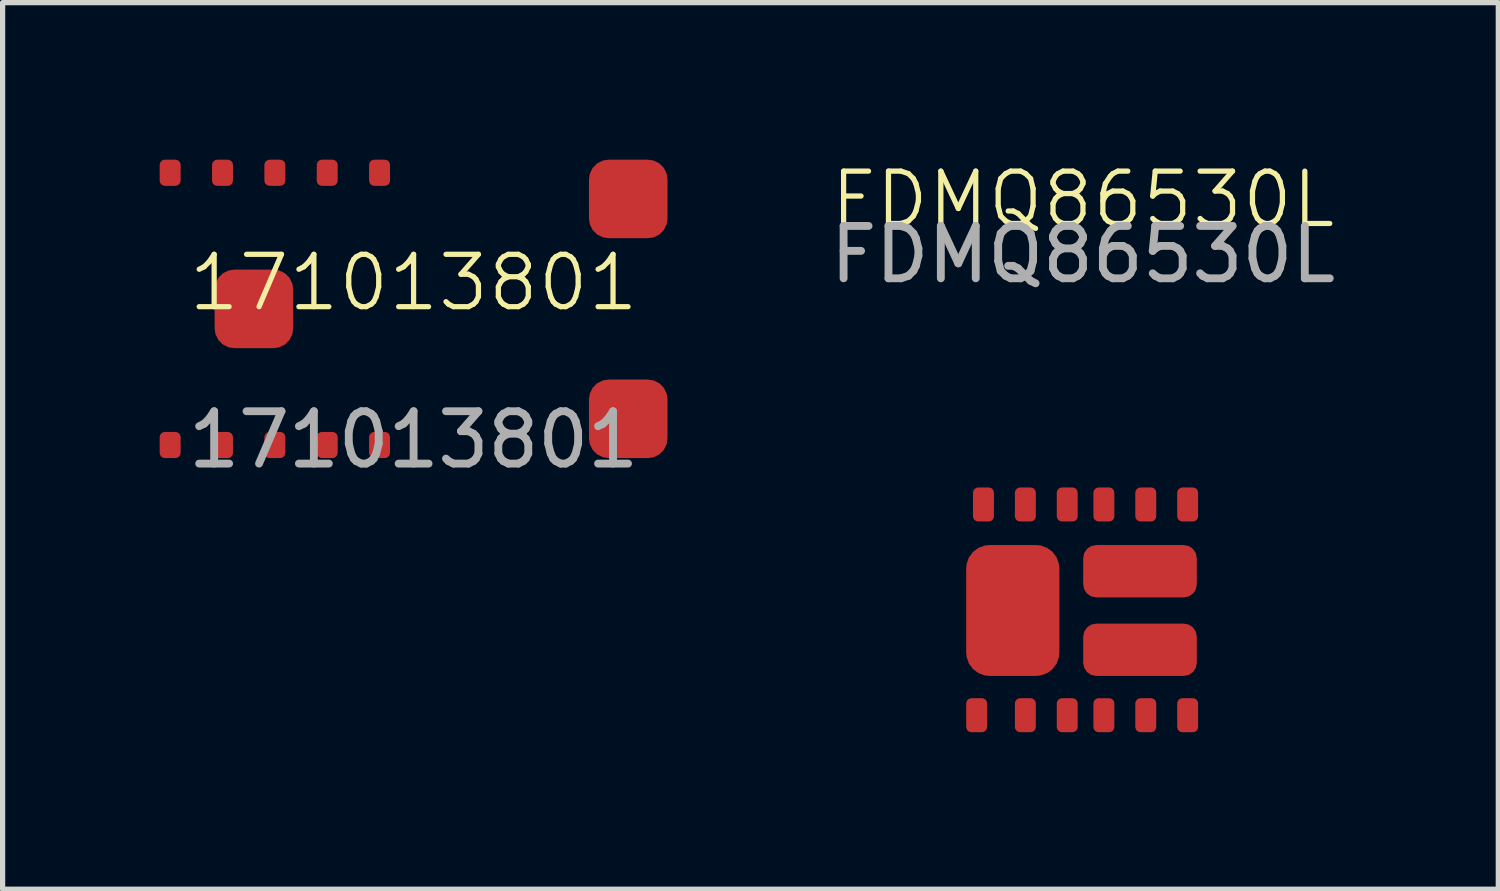
<source format=kicad_pcb>
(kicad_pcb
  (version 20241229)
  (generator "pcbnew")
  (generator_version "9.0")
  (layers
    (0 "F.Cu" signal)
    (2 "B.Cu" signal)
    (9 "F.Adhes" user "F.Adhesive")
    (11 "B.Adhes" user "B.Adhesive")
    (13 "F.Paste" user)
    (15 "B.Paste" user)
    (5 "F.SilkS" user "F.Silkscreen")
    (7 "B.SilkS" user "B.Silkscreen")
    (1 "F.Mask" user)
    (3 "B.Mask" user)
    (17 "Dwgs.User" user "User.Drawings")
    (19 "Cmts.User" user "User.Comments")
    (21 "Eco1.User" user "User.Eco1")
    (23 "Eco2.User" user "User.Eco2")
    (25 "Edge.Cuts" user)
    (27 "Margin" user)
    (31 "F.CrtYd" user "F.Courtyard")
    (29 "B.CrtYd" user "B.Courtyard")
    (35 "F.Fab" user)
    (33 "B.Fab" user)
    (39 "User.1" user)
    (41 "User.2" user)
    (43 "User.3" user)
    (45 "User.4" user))
  (footprint "FDMQ86530L"
    (layer "F.Cu")
    (at 17.635 8.611)
    (property "Reference" "FDMQ86530L" (at 0 -7.85 0) (unlocked yes) (layer "F.SilkS") (effects (font (size 1 1) (thickness 0.1))))
    (attr smd)
    (fp_text user "${REFERENCE}" (at 0 -6.8 0) (unlocked yes) (layer "F.Fab") (effects (font (size 1 1) (thickness 0.15))))
    (pad "1" smd roundrect (at -2.03 2) (size 0.4 0.65) (layers "F.Cu" "F.Mask" "F.Paste") (roundrect_rratio 0.25))
    (pad "1" smd roundrect (at -1.9 -2.025) (size 0.4 0.65) (layers "F.Cu" "F.Mask" "F.Paste") (roundrect_rratio 0.25))
    (pad "1" smd roundrect (at -1.1 -2.025) (size 0.4 0.65) (layers "F.Cu" "F.Mask" "F.Paste") (roundrect_rratio 0.25))
    (pad "1" smd roundrect (at -1.1 2) (size 0.4 0.65) (layers "F.Cu" "F.Mask" "F.Paste") (roundrect_rratio 0.25))
    (pad "1" smd roundrect (at -0.3 -2.025) (size 0.4 0.65) (layers "F.Cu" "F.Mask" "F.Paste") (roundrect_rratio 0.25))
    (pad "1" smd roundrect (at -0.3 2) (size 0.4 0.65) (layers "F.Cu" "F.Mask" "F.Paste") (roundrect_rratio 0.25))
    (pad "1" smd roundrect (at 0.4 -2.025) (size 0.4 0.65) (layers "F.Cu" "F.Mask" "F.Paste") (roundrect_rratio 0.25))
    (pad "1" smd roundrect (at 0.4 2) (size 0.4 0.65) (layers "F.Cu" "F.Mask" "F.Paste") (roundrect_rratio 0.25))
    (pad "1" smd roundrect (at 1.2 -2.025) (size 0.4 0.65) (layers "F.Cu" "F.Mask" "F.Paste") (roundrect_rratio 0.25))
    (pad "1" smd roundrect (at 1.2 2) (size 0.4 0.65) (layers "F.Cu" "F.Mask" "F.Paste") (roundrect_rratio 0.25))
    (pad "1" smd roundrect (at 2 -2.025) (size 0.4 0.65) (layers "F.Cu" "F.Mask" "F.Paste") (roundrect_rratio 0.25))
    (pad "1" smd roundrect (at 2 2) (size 0.4 0.65) (layers "F.Cu" "F.Mask" "F.Paste") (roundrect_rratio 0.25))
    (pad "2" smd roundrect (at 1.09 -0.75) (size 2.17 1) (layers "F.Cu" "F.Mask" "F.Paste") (roundrect_rratio 0.25))
    (pad "2" smd roundrect (at 1.09 0.75) (size 2.17 1) (layers "F.Cu" "F.Mask" "F.Paste") (roundrect_rratio 0.25))
    (pad "3" smd roundrect (at -1.34 0 270) (size 2.5 1.78) (layers "F.Cu" "F.Mask" "F.Paste") (roundrect_rratio 0.25)))
  (footprint "171013801"
    (layer "F.Cu")
    (at 4.85 2.85)
    (property "Reference" "171013801" (at 0 -0.5 0) (unlocked yes) (layer "F.SilkS") (effects (font (size 1 1) (thickness 0.1))))
    (attr smd)
    (fp_text user "${REFERENCE}" (at 0 2.5 0) (unlocked yes) (layer "F.Fab") (effects (font (size 1 1) (thickness 0.15))))
    (pad "1" smd roundrect (at -4.65 -2.6) (size 0.4 0.5) (layers "F.Cu" "F.Mask" "F.Paste") (roundrect_rratio 0.25))
    (pad "2" smd roundrect (at -3.65 -2.6) (size 0.4 0.5) (layers "F.Cu" "F.Mask" "F.Paste") (roundrect_rratio 0.25))
    (pad "3" smd roundrect (at -2.65 -2.6) (size 0.4 0.5) (layers "F.Cu" "F.Mask" "F.Paste") (roundrect_rratio 0.25))
    (pad "4" smd roundrect (at -1.65 -2.6) (size 0.4 0.5) (layers "F.Cu" "F.Mask" "F.Paste") (roundrect_rratio 0.25))
    (pad "5" smd roundrect (at -1.65 2.6) (size 0.4 0.5) (layers "F.Cu" "F.Mask" "F.Paste") (roundrect_rratio 0.25))
    (pad "5" smd roundrect (at -0.65 -2.6) (size 0.4 0.5) (layers "F.Cu" "F.Mask" "F.Paste") (roundrect_rratio 0.25))
    (pad "7" smd roundrect (at 4.1 -2.1) (size 1.5 1.5) (layers "F.Cu" "F.Mask" "F.Paste") (roundrect_rratio 0.25))
    (pad "7" smd roundrect (at 4.1 2.1) (size 1.5 1.5) (layers "F.Cu" "F.Mask" "F.Paste") (roundrect_rratio 0.25))
    (pad "8" smd roundrect (at -0.65 2.6) (size 0.4 0.5) (layers "F.Cu" "F.Mask" "F.Paste") (roundrect_rratio 0.25))
    (pad "10" smd roundrect (at -2.65 2.6) (size 0.4 0.5) (layers "F.Cu" "F.Mask" "F.Paste") (roundrect_rratio 0.25))
    (pad "11" smd roundrect (at -3.65 2.6) (size 0.4 0.5) (layers "F.Cu" "F.Mask" "F.Paste") (roundrect_rratio 0.25))
    (pad "12" smd roundrect (at -4.65 2.6) (size 0.4 0.5) (layers "F.Cu" "F.Mask" "F.Paste") (roundrect_rratio 0.25))
    (pad "13" smd roundrect (at -3.05 0) (size 1.5 1.5) (layers "F.Cu" "F.Mask" "F.Paste") (roundrect_rratio 0.25)))
  (gr_rect
    (start -3 -3)
    (end 25.569 13.935)
    (stroke (width 0.1) (type default))
    (fill no)
    (layer "Edge.Cuts")))
</source>
